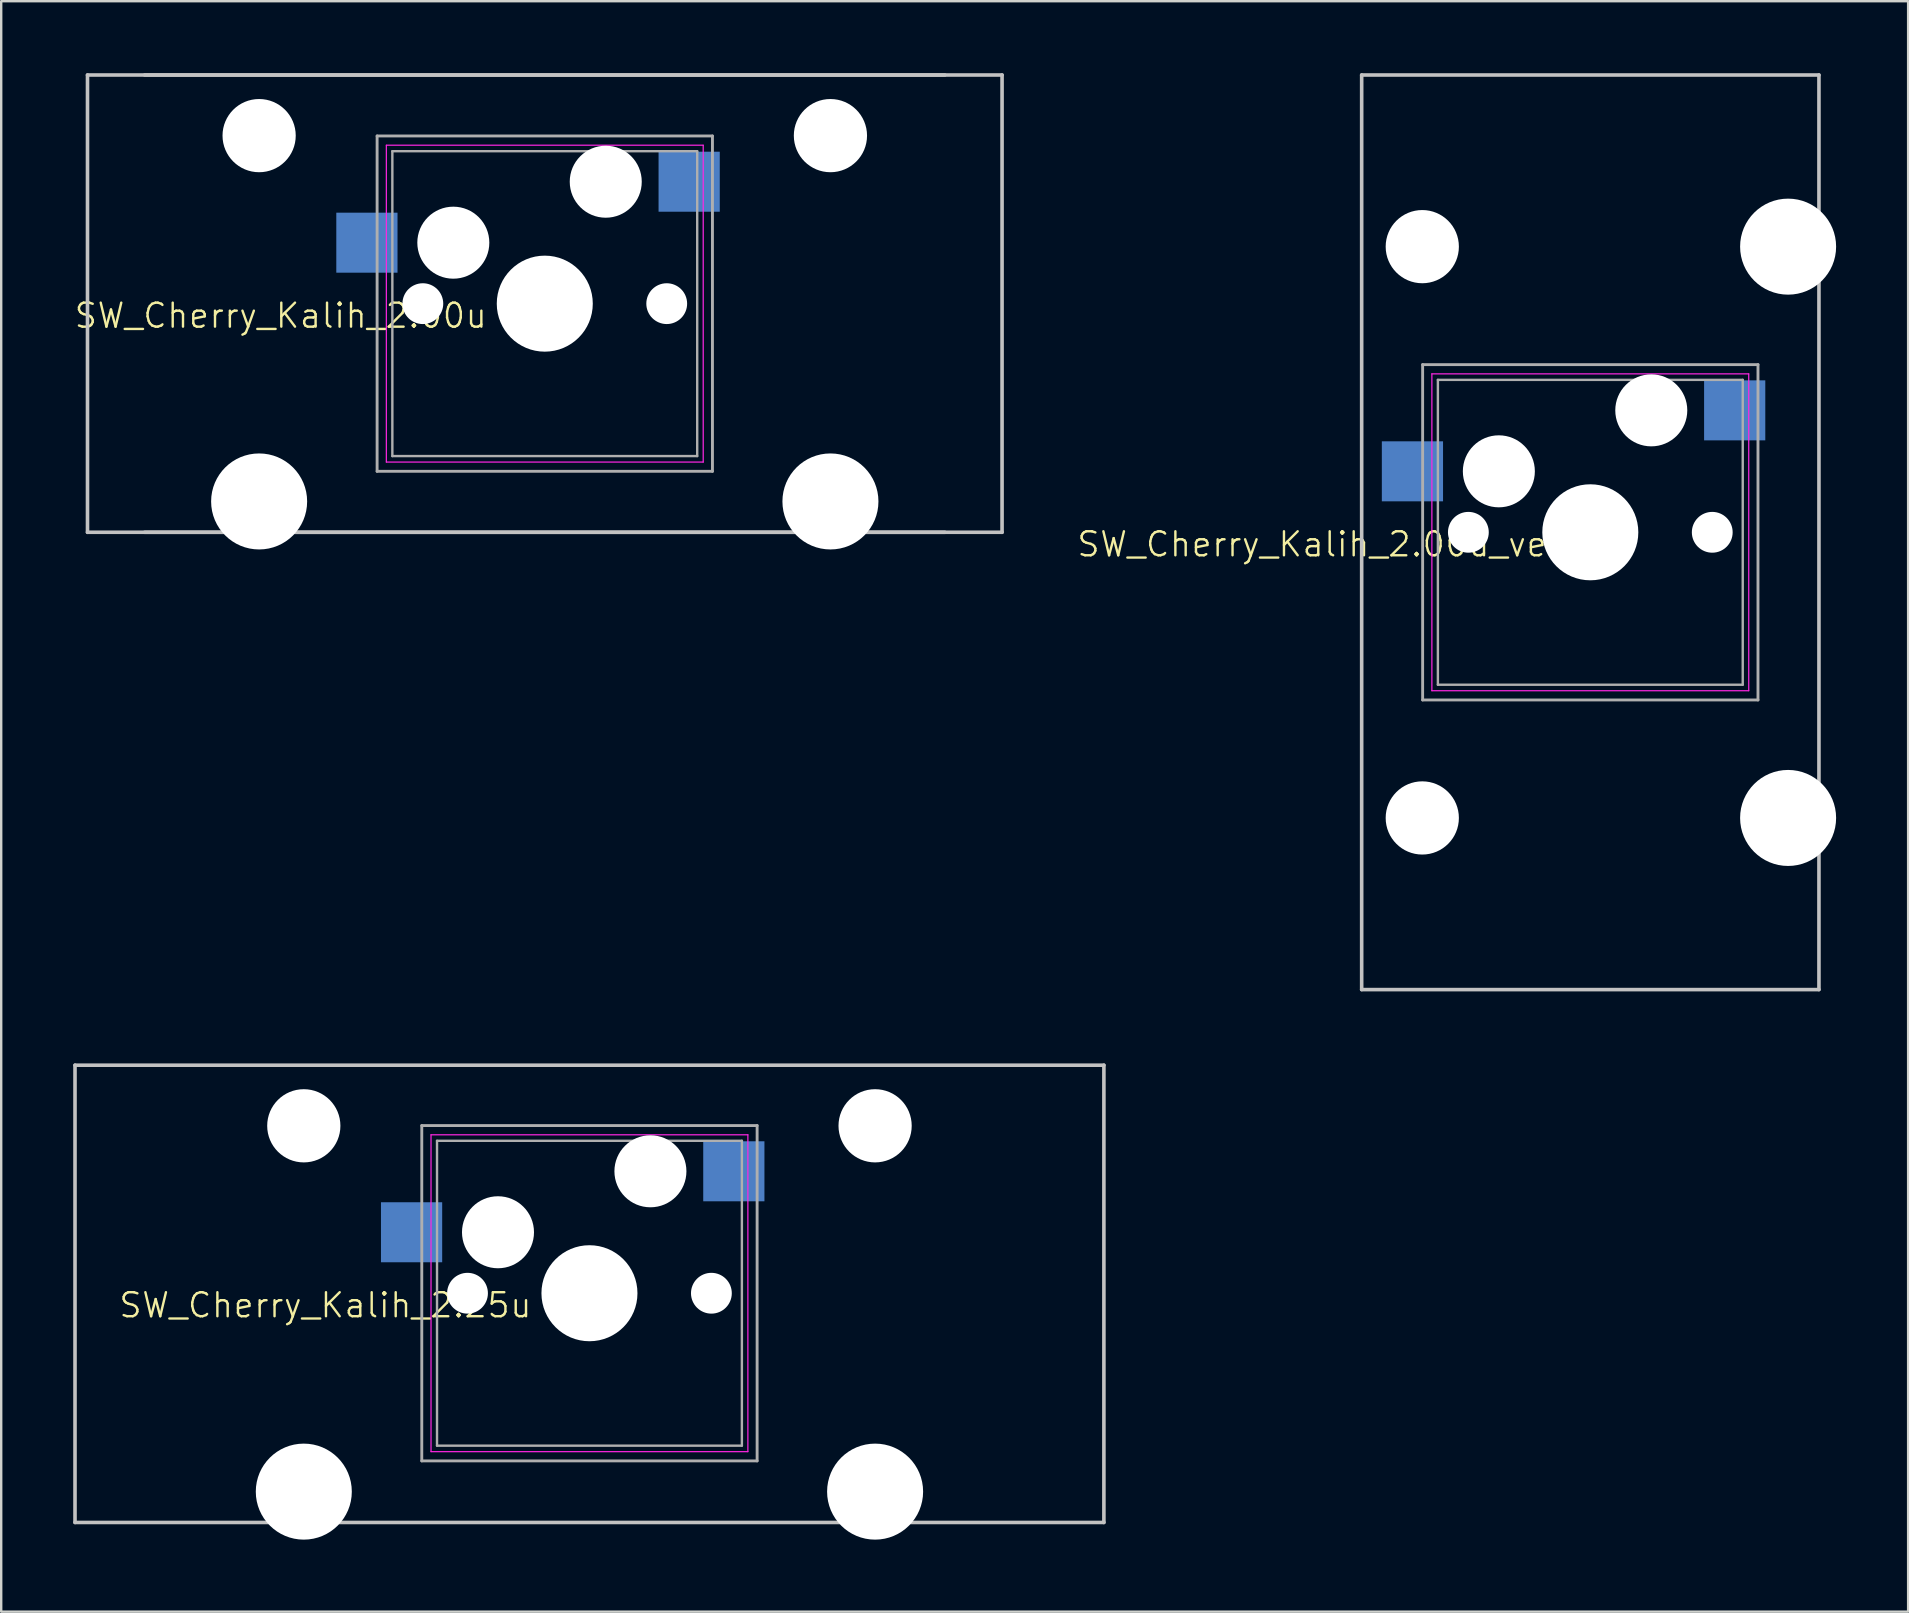
<source format=kicad_pcb>
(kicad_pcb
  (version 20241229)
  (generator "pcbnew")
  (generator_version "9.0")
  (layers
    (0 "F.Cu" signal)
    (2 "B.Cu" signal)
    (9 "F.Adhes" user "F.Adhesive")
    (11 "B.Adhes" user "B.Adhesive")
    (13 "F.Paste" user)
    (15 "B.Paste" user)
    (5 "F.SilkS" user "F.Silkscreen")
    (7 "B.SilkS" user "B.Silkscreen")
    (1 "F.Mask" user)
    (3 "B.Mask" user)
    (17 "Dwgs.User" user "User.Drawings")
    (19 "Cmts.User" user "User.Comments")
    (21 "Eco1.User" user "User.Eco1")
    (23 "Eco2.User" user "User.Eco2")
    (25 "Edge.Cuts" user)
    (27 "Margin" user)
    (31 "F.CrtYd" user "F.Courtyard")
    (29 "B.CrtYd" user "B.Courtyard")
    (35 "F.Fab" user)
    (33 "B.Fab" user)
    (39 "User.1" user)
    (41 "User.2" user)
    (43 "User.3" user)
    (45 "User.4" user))
  (footprint "SW_Cherry_Kalih_2.00u_vert"
    (layer "F.Cu")
    (at 63.201 19.125)
    (property "Reference" "SW_Cherry_Kalih_2.00u_vert" (at -11 0.5 0) (unlocked yes) (layer "F.SilkS") (effects (font (size 1 1) (thickness 0.1))))
    (fp_line (start -9.525 -19.05) (end 9.525 -19.05) (stroke (width 0.15) (type solid)) (layer "Dwgs.User"))
    (fp_line (start -9.525 19.05) (end -9.525 -19.05) (stroke (width 0.15) (type solid)) (layer "Dwgs.User"))
    (fp_line (start 9.525 -19.05) (end 9.525 19.05) (stroke (width 0.15) (type solid)) (layer "Dwgs.User"))
    (fp_line (start 9.525 19.05) (end -9.525 19.05) (stroke (width 0.15) (type solid)) (layer "Dwgs.User"))
    (fp_line (start -6.6 -6.6) (end 6.6 -6.6) (stroke (width 0.05) (type solid)) (layer "F.CrtYd"))
    (fp_line (start -6.6 6.6) (end -6.6 -6.6) (stroke (width 0.05) (type solid)) (layer "F.CrtYd"))
    (fp_line (start 6.6 -6.6) (end 6.6 6.6) (stroke (width 0.05) (type solid)) (layer "F.CrtYd"))
    (fp_line (start 6.6 6.6) (end -6.6 6.6) (stroke (width 0.05) (type solid)) (layer "F.CrtYd"))
    (fp_line (start -6.985 -6.985) (end 6.985 -6.985) (stroke (width 0.12) (type solid)) (layer "F.Fab"))
    (fp_line (start -6.985 6.985) (end -6.985 -6.985) (stroke (width 0.12) (type solid)) (layer "F.Fab"))
    (fp_line (start -6.35 -6.35) (end 6.35 -6.35) (stroke (width 0.1) (type solid)) (layer "F.Fab"))
    (fp_line (start -6.35 6.35) (end -6.35 -6.35) (stroke (width 0.1) (type solid)) (layer "F.Fab"))
    (fp_line (start 6.35 -6.35) (end 6.35 6.35) (stroke (width 0.1) (type solid)) (layer "F.Fab"))
    (fp_line (start 6.35 6.35) (end -6.35 6.35) (stroke (width 0.1) (type solid)) (layer "F.Fab"))
    (fp_line (start 6.985 -6.985) (end 6.985 6.985) (stroke (width 0.12) (type solid)) (layer "F.Fab"))
    (fp_line (start 6.985 6.985) (end -6.985 6.985) (stroke (width 0.12) (type solid)) (layer "F.Fab"))
    (pad "" np_thru_hole circle (at -7 -11.9) (size 3.05 3.05) (drill 3.05) (layers "*.Cu" "*.Mask"))
    (pad "" np_thru_hole circle (at -7 11.9) (size 3.05 3.05) (drill 3.05) (layers "*.Cu" "*.Mask"))
    (pad "" np_thru_hole circle (at -5.08 0) (size 1.7 1.7) (drill 1.7) (layers "*.Cu" "*.Mask"))
    (pad "" np_thru_hole circle (at -3.81 -2.54) (size 3 3) (drill 3) (layers "*.Cu" "*.Mask"))
    (pad "" np_thru_hole circle (at 0 0) (size 4 4) (drill 4) (layers "*.Cu" "*.Mask"))
    (pad "" np_thru_hole circle (at 2.54 -5.08) (size 3 3) (drill 3) (layers "*.Cu" "*.Mask"))
    (pad "" np_thru_hole circle (at 5.08 0) (size 1.7 1.7) (drill 1.7) (layers "*.Cu" "*.Mask"))
    (pad "" np_thru_hole circle (at 8.24 -11.9) (size 4 4) (drill 4) (layers "*.Cu" "*.Mask"))
    (pad "" np_thru_hole circle (at 8.24 11.9) (size 4 4) (drill 4) (layers "*.Cu" "*.Mask"))
    (pad "1" smd rect (at -7.41 -2.54) (size 2.55 2.5) (layers "B.Cu" "B.Mask" "B.Paste"))
    (pad "2" smd rect (at 6.015 -5.08) (size 2.55 2.5) (layers "B.Cu" "B.Mask" "B.Paste")))
  (footprint "SW_Cherry_Kalih_2.00u"
    (layer "F.Cu")
    (at 19.645 9.6)
    (property "Reference" "SW_Cherry_Kalih_2.00u" (at -11 0.5 0) (unlocked yes) (layer "F.SilkS") (effects (font (size 1 1) (thickness 0.1))))
    (fp_line (start -19.05 -9.525) (end 19.05 -9.525) (stroke (width 0.15) (type solid)) (layer "Dwgs.User"))
    (fp_line (start -19.05 9.525) (end -19.05 -9.525) (stroke (width 0.15) (type solid)) (layer "Dwgs.User"))
    (fp_line (start -16.669 -9.525) (end 16.669 -9.525) (stroke (width 0.15) (type solid)) (layer "Dwgs.User"))
    (fp_line (start 16.669 9.525) (end -16.669 9.525) (stroke (width 0.15) (type solid)) (layer "Dwgs.User"))
    (fp_line (start 19.05 -9.525) (end 19.05 9.525) (stroke (width 0.15) (type solid)) (layer "Dwgs.User"))
    (fp_line (start 19.05 9.525) (end -19.05 9.525) (stroke (width 0.15) (type solid)) (layer "Dwgs.User"))
    (fp_line (start -6.6 -6.6) (end 6.6 -6.6) (stroke (width 0.05) (type solid)) (layer "F.CrtYd"))
    (fp_line (start -6.6 6.6) (end -6.6 -6.6) (stroke (width 0.05) (type solid)) (layer "F.CrtYd"))
    (fp_line (start 6.6 -6.6) (end 6.6 6.6) (stroke (width 0.05) (type solid)) (layer "F.CrtYd"))
    (fp_line (start 6.6 6.6) (end -6.6 6.6) (stroke (width 0.05) (type solid)) (layer "F.CrtYd"))
    (fp_line (start -6.985 -6.985) (end 6.985 -6.985) (stroke (width 0.12) (type solid)) (layer "F.Fab"))
    (fp_line (start -6.985 6.985) (end -6.985 -6.985) (stroke (width 0.12) (type solid)) (layer "F.Fab"))
    (fp_line (start -6.35 -6.35) (end 6.35 -6.35) (stroke (width 0.1) (type solid)) (layer "F.Fab"))
    (fp_line (start -6.35 6.35) (end -6.35 -6.35) (stroke (width 0.1) (type solid)) (layer "F.Fab"))
    (fp_line (start 6.35 -6.35) (end 6.35 6.35) (stroke (width 0.1) (type solid)) (layer "F.Fab"))
    (fp_line (start 6.35 6.35) (end -6.35 6.35) (stroke (width 0.1) (type solid)) (layer "F.Fab"))
    (fp_line (start 6.985 -6.985) (end 6.985 6.985) (stroke (width 0.12) (type solid)) (layer "F.Fab"))
    (fp_line (start 6.985 6.985) (end -6.985 6.985) (stroke (width 0.12) (type solid)) (layer "F.Fab"))
    (pad "" np_thru_hole circle (at -11.9 -7) (size 3.05 3.05) (drill 3.05) (layers "*.Cu" "*.Mask"))
    (pad "" np_thru_hole circle (at -11.9 8.24) (size 4 4) (drill 4) (layers "*.Cu" "*.Mask"))
    (pad "" np_thru_hole circle (at -5.08 0) (size 1.7 1.7) (drill 1.7) (layers "*.Cu" "*.Mask"))
    (pad "" np_thru_hole circle (at -3.81 -2.54) (size 3 3) (drill 3) (layers "*.Cu" "*.Mask"))
    (pad "" np_thru_hole circle (at 0 0) (size 4 4) (drill 4) (layers "*.Cu" "*.Mask"))
    (pad "" np_thru_hole circle (at 2.54 -5.08) (size 3 3) (drill 3) (layers "*.Cu" "*.Mask"))
    (pad "" np_thru_hole circle (at 5.08 0) (size 1.7 1.7) (drill 1.7) (layers "*.Cu" "*.Mask"))
    (pad "" np_thru_hole circle (at 11.9 -7) (size 3.05 3.05) (drill 3.05) (layers "*.Cu" "*.Mask"))
    (pad "" np_thru_hole circle (at 11.9 8.24) (size 4 4) (drill 4) (layers "*.Cu" "*.Mask"))
    (pad "1" smd rect (at -7.41 -2.54) (size 2.55 2.5) (layers "B.Cu" "B.Mask" "B.Paste"))
    (pad "2" smd rect (at 6.015 -5.08) (size 2.55 2.5) (layers "B.Cu" "B.Mask" "B.Paste")))
  (footprint "SW_Cherry_Kalih_2.25u"
    (layer "F.Cu")
    (at 21.506 50.825)
    (property "Reference" "SW_Cherry_Kalih_2.25u" (at -11 0.5 0) (unlocked yes) (layer "F.SilkS") (effects (font (size 1 1) (thickness 0.1))))
    (fp_line (start -21.431 -9.5) (end 21.431 -9.5) (stroke (width 0.15) (type solid)) (layer "Dwgs.User"))
    (fp_line (start -21.431 9.55) (end -21.431 -9.5) (stroke (width 0.15) (type solid)) (layer "Dwgs.User"))
    (fp_line (start 21.431 -9.5) (end 21.431 9.55) (stroke (width 0.15) (type solid)) (layer "Dwgs.User"))
    (fp_line (start 21.431 9.55) (end -21.431 9.55) (stroke (width 0.15) (type solid)) (layer "Dwgs.User"))
    (fp_line (start -6.6 -6.6) (end 6.6 -6.6) (stroke (width 0.05) (type solid)) (layer "F.CrtYd"))
    (fp_line (start -6.6 6.6) (end -6.6 -6.6) (stroke (width 0.05) (type solid)) (layer "F.CrtYd"))
    (fp_line (start 6.6 -6.6) (end 6.6 6.6) (stroke (width 0.05) (type solid)) (layer "F.CrtYd"))
    (fp_line (start 6.6 6.6) (end -6.6 6.6) (stroke (width 0.05) (type solid)) (layer "F.CrtYd"))
    (fp_line (start -6.985 -6.985) (end 6.985 -6.985) (stroke (width 0.12) (type solid)) (layer "F.Fab"))
    (fp_line (start -6.985 6.985) (end -6.985 -6.985) (stroke (width 0.12) (type solid)) (layer "F.Fab"))
    (fp_line (start -6.35 -6.35) (end 6.35 -6.35) (stroke (width 0.1) (type solid)) (layer "F.Fab"))
    (fp_line (start -6.35 6.35) (end -6.35 -6.35) (stroke (width 0.1) (type solid)) (layer "F.Fab"))
    (fp_line (start 6.35 -6.35) (end 6.35 6.35) (stroke (width 0.1) (type solid)) (layer "F.Fab"))
    (fp_line (start 6.35 6.35) (end -6.35 6.35) (stroke (width 0.1) (type solid)) (layer "F.Fab"))
    (fp_line (start 6.985 -6.985) (end 6.985 6.985) (stroke (width 0.12) (type solid)) (layer "F.Fab"))
    (fp_line (start 6.985 6.985) (end -6.985 6.985) (stroke (width 0.12) (type solid)) (layer "F.Fab"))
    (pad "" np_thru_hole circle (at -11.9 -6.975) (size 3.05 3.05) (drill 3.05) (layers "*.Cu" "*.Mask"))
    (pad "" np_thru_hole circle (at -11.9 8.265) (size 4 4) (drill 4) (layers "*.Cu" "*.Mask"))
    (pad "" np_thru_hole circle (at -5.08 0) (size 1.7 1.7) (drill 1.7) (layers "*.Cu" "*.Mask"))
    (pad "" np_thru_hole circle (at -3.81 -2.54) (size 3 3) (drill 3) (layers "*.Cu" "*.Mask"))
    (pad "" np_thru_hole circle (at 0 0) (size 4 4) (drill 4) (layers "*.Cu" "*.Mask"))
    (pad "" np_thru_hole circle (at 2.54 -5.08) (size 3 3) (drill 3) (layers "*.Cu" "*.Mask"))
    (pad "" np_thru_hole circle (at 5.08 0) (size 1.7 1.7) (drill 1.7) (layers "*.Cu" "*.Mask"))
    (pad "" np_thru_hole circle (at 11.9 -6.975) (size 3.05 3.05) (drill 3.05) (layers "*.Cu" "*.Mask"))
    (pad "" np_thru_hole circle (at 11.9 8.265) (size 4 4) (drill 4) (layers "*.Cu" "*.Mask"))
    (pad "1" smd rect (at -7.41 -2.54) (size 2.55 2.5) (layers "B.Cu" "B.Mask" "B.Paste"))
    (pad "2" smd rect (at 6.015 -5.08) (size 2.55 2.5) (layers "B.Cu" "B.Mask" "B.Paste")))
  (gr_rect
    (start -3 -3)
    (end 76.441 64.09)
    (stroke (width 0.1) (type default))
    (fill no)
    (layer "Edge.Cuts")))
</source>
